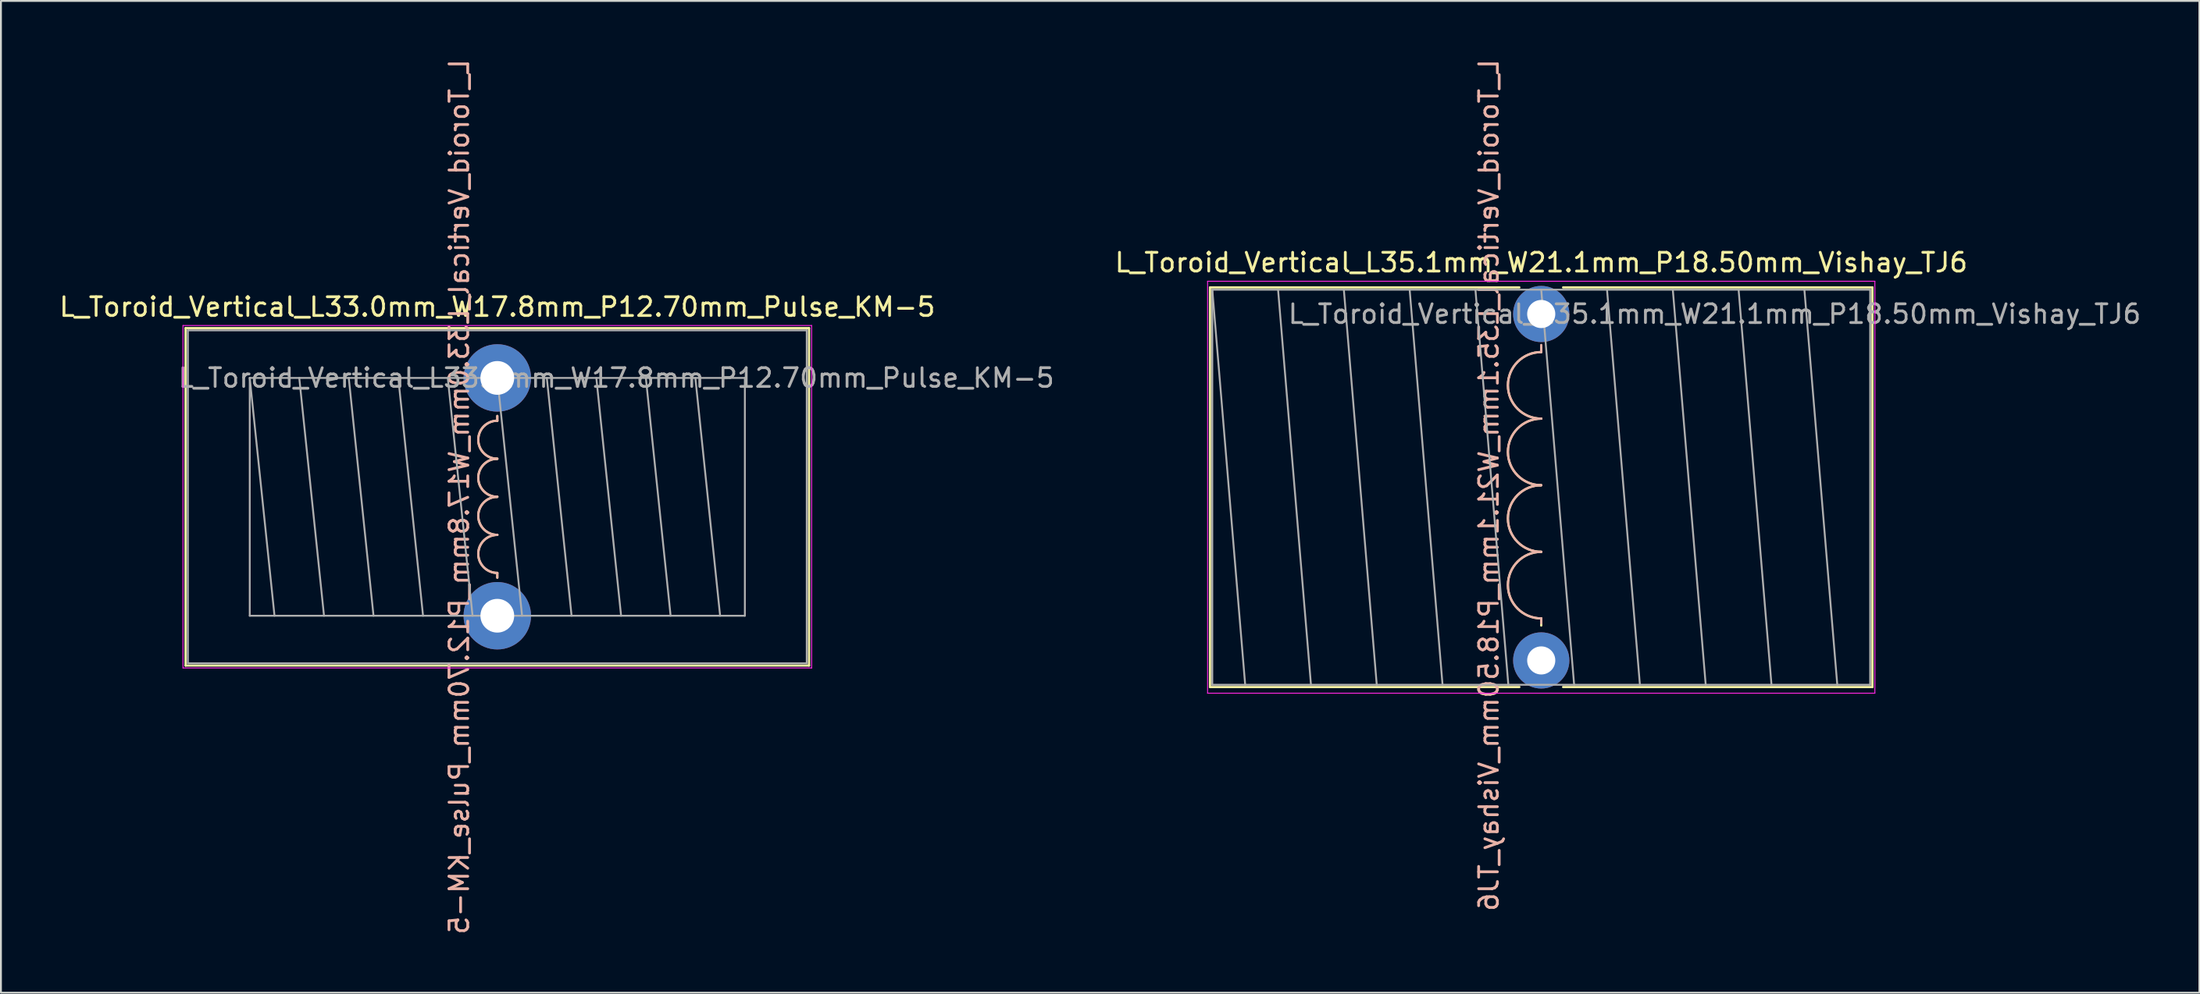
<source format=kicad_pcb>
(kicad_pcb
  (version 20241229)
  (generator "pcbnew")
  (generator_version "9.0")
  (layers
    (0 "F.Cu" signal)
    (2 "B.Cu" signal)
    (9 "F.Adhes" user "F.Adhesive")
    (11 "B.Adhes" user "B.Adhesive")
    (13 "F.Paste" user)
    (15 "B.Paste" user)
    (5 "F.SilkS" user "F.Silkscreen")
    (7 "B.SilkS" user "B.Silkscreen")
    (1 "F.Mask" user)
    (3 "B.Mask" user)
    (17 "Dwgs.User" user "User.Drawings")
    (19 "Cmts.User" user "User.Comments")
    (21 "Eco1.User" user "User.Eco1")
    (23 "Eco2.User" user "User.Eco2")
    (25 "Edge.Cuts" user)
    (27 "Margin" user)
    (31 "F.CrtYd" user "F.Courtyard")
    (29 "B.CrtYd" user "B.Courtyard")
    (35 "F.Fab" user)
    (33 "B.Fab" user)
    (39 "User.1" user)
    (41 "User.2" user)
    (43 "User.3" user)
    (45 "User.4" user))
  (footprint "L_Toroid_Vertical_L35.1mm_W21.1mm_P18.50mm_Vishay_TJ6"
    (layer "F.Cu")
    (at 79.177 13.719)
    (property "Reference" "L_Toroid_Vertical_L35.1mm_W21.1mm_P18.50mm_Vishay_TJ6" (at 0 -2.75 0) (layer "F.SilkS") (effects (font (size 1 1) (thickness 0.15))))
    (fp_line (start -17.67 -1.42) (end -17.67 19.92) (stroke (width 0.12) (type solid)) (layer "F.SilkS"))
    (fp_line (start -17.67 -1.42) (end -1.166 -1.42) (stroke (width 0.12) (type solid)) (layer "F.SilkS"))
    (fp_line (start -17.67 19.92) (end -1.166 19.92) (stroke (width 0.12) (type solid)) (layer "F.SilkS"))
    (fp_line (start 0 2.032) (end 0 1.778) (stroke (width 0.12) (type solid)) (layer "F.SilkS"))
    (fp_line (start 0 16.256) (end 0 16.637) (stroke (width 0.12) (type solid)) (layer "F.SilkS"))
    (fp_line (start 1.166 -1.42) (end 17.67 -1.42) (stroke (width 0.12) (type solid)) (layer "F.SilkS"))
    (fp_line (start 1.166 19.92) (end 17.67 19.92) (stroke (width 0.12) (type solid)) (layer "F.SilkS"))
    (fp_line (start 17.67 -1.42) (end 17.67 19.92) (stroke (width 0.12) (type solid)) (layer "F.SilkS"))
    (fp_arc (start 0 5.588) (mid -1.778 3.81) (end 0 2.032) (stroke (width 0.12) (type solid)) (layer "F.SilkS"))
    (fp_arc (start 0 9.144) (mid -1.778 7.366) (end 0 5.588) (stroke (width 0.12) (type solid)) (layer "F.SilkS"))
    (fp_arc (start 0 12.7) (mid -1.778 10.922) (end 0 9.144) (stroke (width 0.12) (type solid)) (layer "F.SilkS"))
    (fp_arc (start 0 16.256) (mid -1.778 14.478) (end 0 12.7) (stroke (width 0.12) (type solid)) (layer "F.SilkS"))
    (fp_line (start 0 2.032) (end 0 1.651) (stroke (width 0.12) (type solid)) (layer "B.SilkS"))
    (fp_line (start 0 16.256) (end 0 16.51) (stroke (width 0.12) (type solid)) (layer "B.SilkS"))
    (fp_arc (start 0 5.588) (mid -1.778 3.81) (end 0 2.032) (stroke (width 0.12) (type solid)) (layer "B.SilkS"))
    (fp_arc (start 0 9.144) (mid -1.778 7.366) (end 0 5.588) (stroke (width 0.12) (type solid)) (layer "B.SilkS"))
    (fp_arc (start 0 12.7) (mid -1.778 10.922) (end 0 9.144) (stroke (width 0.12) (type solid)) (layer "B.SilkS"))
    (fp_arc (start 0 16.256) (mid -1.778 14.478) (end 0 12.7) (stroke (width 0.12) (type solid)) (layer "B.SilkS"))
    (fp_line (start -17.8 -1.75) (end -17.8 20.25) (stroke (width 0.05) (type solid)) (layer "F.CrtYd"))
    (fp_line (start -17.8 20.25) (end 17.8 20.25) (stroke (width 0.05) (type solid)) (layer "F.CrtYd"))
    (fp_line (start 17.8 -1.75) (end -17.8 -1.75) (stroke (width 0.05) (type solid)) (layer "F.CrtYd"))
    (fp_line (start 17.8 20.25) (end 17.8 -1.75) (stroke (width 0.05) (type solid)) (layer "F.CrtYd"))
    (fp_line (start -17.55 -1.3) (end -17.55 19.8) (stroke (width 0.1) (type solid)) (layer "F.Fab"))
    (fp_line (start -17.55 -1.3) (end -15.795 19.8) (stroke (width 0.1) (type solid)) (layer "F.Fab"))
    (fp_line (start -17.55 19.8) (end 17.55 19.8) (stroke (width 0.1) (type solid)) (layer "F.Fab"))
    (fp_line (start -14.04 -1.3) (end -12.285 19.8) (stroke (width 0.1) (type solid)) (layer "F.Fab"))
    (fp_line (start -10.53 -1.3) (end -8.775 19.8) (stroke (width 0.1) (type solid)) (layer "F.Fab"))
    (fp_line (start -7.02 -1.3) (end -5.265 19.8) (stroke (width 0.1) (type solid)) (layer "F.Fab"))
    (fp_line (start -3.51 -1.3) (end -1.755 19.8) (stroke (width 0.1) (type solid)) (layer "F.Fab"))
    (fp_line (start 0 -1.3) (end 1.755 19.8) (stroke (width 0.1) (type solid)) (layer "F.Fab"))
    (fp_line (start 3.51 -1.3) (end 5.265 19.8) (stroke (width 0.1) (type solid)) (layer "F.Fab"))
    (fp_line (start 7.02 -1.3) (end 8.775 19.8) (stroke (width 0.1) (type solid)) (layer "F.Fab"))
    (fp_line (start 10.53 -1.3) (end 12.285 19.8) (stroke (width 0.1) (type solid)) (layer "F.Fab"))
    (fp_line (start 14.04 -1.3) (end 15.795 19.8) (stroke (width 0.1) (type solid)) (layer "F.Fab"))
    (fp_line (start 17.55 -1.3) (end -17.55 -1.3) (stroke (width 0.1) (type solid)) (layer "F.Fab"))
    (fp_line (start 17.55 19.8) (end 17.55 -1.3) (stroke (width 0.1) (type solid)) (layer "F.Fab"))
    (fp_text user "${REFERENCE}" (at -2.794 9.144 90) (layer "B.SilkS") (effects (font (size 1 1) (thickness 0.15)) (justify mirror)))
    (fp_text user "${REFERENCE}" (at 9.25 0 0) (layer "F.Fab") (effects (font (size 1 1) (thickness 0.15))))
    (pad "1" thru_hole circle (at 0 0) (size 3 3) (drill 1.5) (layers "*.Cu" "*.Mask"))
    (pad "2" thru_hole circle (at 0 18.5) (size 3 3) (drill 1.5) (layers "*.Cu" "*.Mask")))
  (footprint "L_Toroid_Vertical_L33.0mm_W17.8mm_P12.70mm_Pulse_KM-5"
    (layer "F.Cu")
    (at 23.482 17.132)
    (property "Reference" "L_Toroid_Vertical_L33.0mm_W17.8mm_P12.70mm_Pulse_KM-5" (at 0 -3.79 0) (layer "F.SilkS") (effects (font (size 1 1) (thickness 0.15))))
    (fp_line (start -16.631 -2.66) (end -16.631 15.36) (stroke (width 0.12) (type solid)) (layer "F.SilkS"))
    (fp_line (start -16.631 -2.66) (end 16.631 -2.66) (stroke (width 0.12) (type solid)) (layer "F.SilkS"))
    (fp_line (start -16.631 15.36) (end 16.631 15.36) (stroke (width 0.12) (type solid)) (layer "F.SilkS"))
    (fp_line (start 0 2.286) (end 0 2.032) (stroke (width 0.12) (type solid)) (layer "F.SilkS"))
    (fp_line (start 0 10.414) (end 0 10.668) (stroke (width 0.12) (type solid)) (layer "F.SilkS"))
    (fp_line (start 16.631 -2.66) (end 16.631 15.36) (stroke (width 0.12) (type solid)) (layer "F.SilkS"))
    (fp_arc (start 0 4.318) (mid -1.016 3.302) (end 0 2.286) (stroke (width 0.12) (type solid)) (layer "F.SilkS"))
    (fp_arc (start 0 6.35) (mid -1.016 5.334) (end 0 4.318) (stroke (width 0.12) (type solid)) (layer "F.SilkS"))
    (fp_arc (start 0 8.382) (mid -1.016 7.366) (end 0 6.35) (stroke (width 0.12) (type solid)) (layer "F.SilkS"))
    (fp_arc (start 0 10.414) (mid -1.016 9.398) (end 0 8.382) (stroke (width 0.12) (type solid)) (layer "F.SilkS"))
    (fp_line (start 0 2.286) (end 0 2.032) (stroke (width 0.12) (type solid)) (layer "B.SilkS"))
    (fp_line (start 0 10.414) (end 0 10.668) (stroke (width 0.12) (type solid)) (layer "B.SilkS"))
    (fp_arc (start 0 4.318) (mid -1.016 3.302) (end 0 2.286) (stroke (width 0.12) (type solid)) (layer "B.SilkS"))
    (fp_arc (start 0 6.35) (mid -1.016 5.334) (end 0 4.318) (stroke (width 0.12) (type solid)) (layer "B.SilkS"))
    (fp_arc (start 0 8.382) (mid -1.016 7.366) (end 0 6.35) (stroke (width 0.12) (type solid)) (layer "B.SilkS"))
    (fp_arc (start 0 10.414) (mid -1.016 9.398) (end 0 8.382) (stroke (width 0.12) (type solid)) (layer "B.SilkS"))
    (fp_line (start -16.77 -2.8) (end -16.77 15.49) (stroke (width 0.05) (type solid)) (layer "F.CrtYd"))
    (fp_line (start -16.77 15.49) (end 16.77 15.49) (stroke (width 0.05) (type solid)) (layer "F.CrtYd"))
    (fp_line (start 16.77 -2.8) (end -16.77 -2.8) (stroke (width 0.05) (type solid)) (layer "F.CrtYd"))
    (fp_line (start 16.77 15.49) (end 16.77 -2.8) (stroke (width 0.05) (type solid)) (layer "F.CrtYd"))
    (fp_line (start -16.51 -2.54) (end -16.51 15.24) (stroke (width 0.1) (type solid)) (layer "F.Fab"))
    (fp_line (start -16.51 15.24) (end 16.51 15.24) (stroke (width 0.1) (type solid)) (layer "F.Fab"))
    (fp_line (start -13.208 0) (end -13.208 12.7) (stroke (width 0.1) (type solid)) (layer "F.Fab"))
    (fp_line (start -13.208 0) (end -11.887 12.7) (stroke (width 0.1) (type solid)) (layer "F.Fab"))
    (fp_line (start -13.208 12.7) (end 13.208 12.7) (stroke (width 0.1) (type solid)) (layer "F.Fab"))
    (fp_line (start -10.566 0) (end -9.246 12.7) (stroke (width 0.1) (type solid)) (layer "F.Fab"))
    (fp_line (start -7.925 0) (end -6.604 12.7) (stroke (width 0.1) (type solid)) (layer "F.Fab"))
    (fp_line (start -5.283 0) (end -3.962 12.7) (stroke (width 0.1) (type solid)) (layer "F.Fab"))
    (fp_line (start -2.642 0) (end -1.321 12.7) (stroke (width 0.1) (type solid)) (layer "F.Fab"))
    (fp_line (start 0 0) (end 1.321 12.7) (stroke (width 0.1) (type solid)) (layer "F.Fab"))
    (fp_line (start 2.642 0) (end 3.962 12.7) (stroke (width 0.1) (type solid)) (layer "F.Fab"))
    (fp_line (start 5.283 0) (end 6.604 12.7) (stroke (width 0.1) (type solid)) (layer "F.Fab"))
    (fp_line (start 7.925 0) (end 9.246 12.7) (stroke (width 0.1) (type solid)) (layer "F.Fab"))
    (fp_line (start 10.566 0) (end 11.887 12.7) (stroke (width 0.1) (type solid)) (layer "F.Fab"))
    (fp_line (start 13.208 0) (end -13.208 0) (stroke (width 0.1) (type solid)) (layer "F.Fab"))
    (fp_line (start 13.208 12.7) (end 13.208 0) (stroke (width 0.1) (type solid)) (layer "F.Fab"))
    (fp_line (start 16.51 -2.54) (end -16.51 -2.54) (stroke (width 0.1) (type solid)) (layer "F.Fab"))
    (fp_line (start 16.51 15.24) (end 16.51 -2.54) (stroke (width 0.1) (type solid)) (layer "F.Fab"))
    (fp_text user "${REFERENCE}" (at -2.032 6.35 90) (layer "B.SilkS") (effects (font (size 1 1) (thickness 0.15)) (justify mirror)))
    (fp_text user "${REFERENCE}" (at 6.35 0 0) (layer "F.Fab") (effects (font (size 1 1) (thickness 0.15))))
    (pad "1" thru_hole circle (at 0 0) (size 3.6 3.6) (drill 1.8) (layers "*.Cu" "*.Mask"))
    (pad "2" thru_hole circle (at 0 12.7) (size 3.6 3.6) (drill 1.8) (layers "*.Cu" "*.Mask")))
  (gr_rect
    (start -3 -3)
    (end 114.29 49.964)
    (stroke (width 0.1) (type default))
    (fill no)
    (layer "Edge.Cuts")))
</source>
